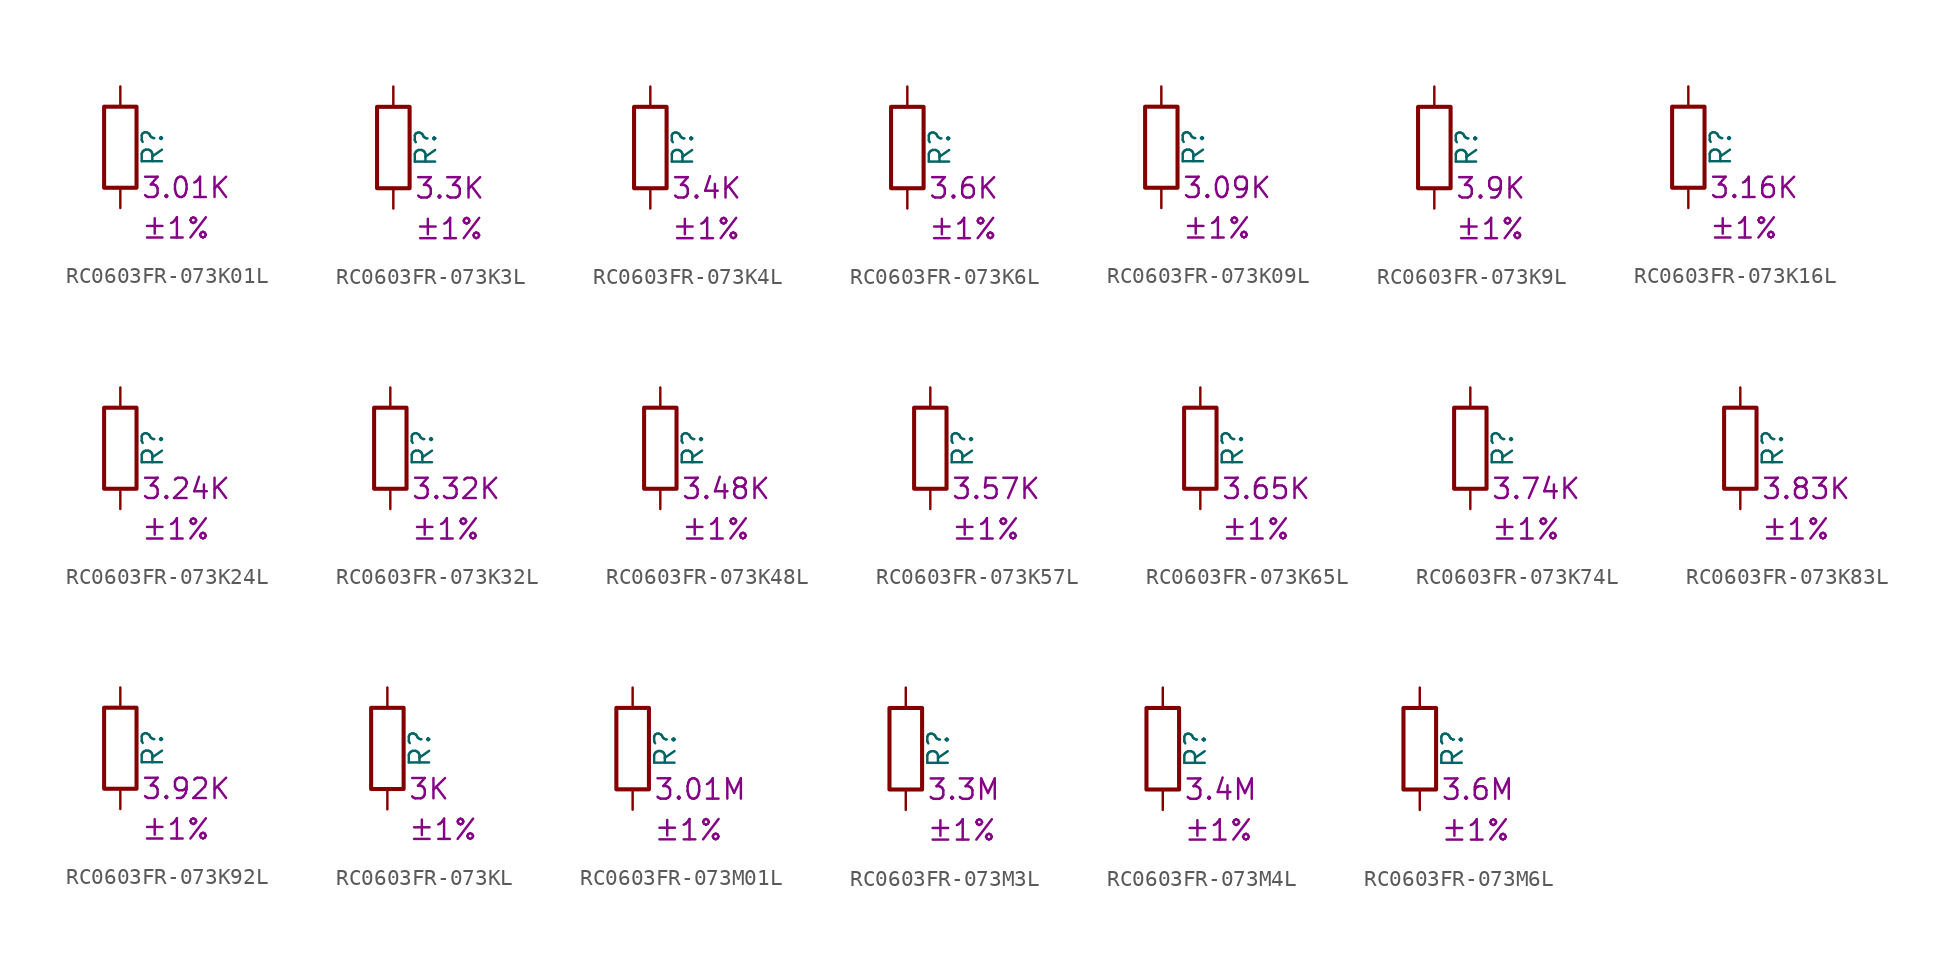
<source format=kicad_sym>
(kicad_symbol_lib
  (version 20220914)
  (generator kicad_symbol_editor)
  (symbol "RC0603FR-073K01L"
    (pin_numbers hide)
    (pin_names
      (offset 0))
    (property "Reference" "R"
      (at 2.032 0 90)
      (effects (font (size 1.27 1.27))))
    (property "Resistance" "3.01K"
      (at 1.27 -2.54 0)
      (effects (font (size 1.27 1.27)) (justify left)))
    (property "Tolerance" "±1%"
      (at 1.27 -5.08 0)
      (effects (font (size 1.27 1.27)) (justify left)))
    (symbol "RC0603FR-073K01L_0_1"
      (rectangle (start -1.016 -2.54) (end 1.016 2.54) (stroke (width 0.254) (type default)) (fill (type none))))
    (symbol "RC0603FR-073K01L_1_1"
      (pin passive line (at 0 3.81 270) (length 1.27) (name "~" (effects (font (size 1.27 1.27)))) (number "1" (effects (font (size 1.27 1.27)))))
      (pin passive line (at 0 -3.81 90) (length 1.27) (name "~" (effects (font (size 1.27 1.27)))) (number "2" (effects (font (size 1.27 1.27)))))))
  (symbol "RC0603FR-073K3L"
    (pin_numbers hide)
    (pin_names
      (offset 0))
    (property "Reference" "R"
      (at 2.032 0 90)
      (effects (font (size 1.27 1.27))))
    (property "Resistance" "3.3K"
      (at 1.27 -2.54 0)
      (effects (font (size 1.27 1.27)) (justify left)))
    (property "Tolerance" "±1%"
      (at 1.27 -5.08 0)
      (effects (font (size 1.27 1.27)) (justify left)))
    (symbol "RC0603FR-073K3L_0_1"
      (rectangle (start -1.016 -2.54) (end 1.016 2.54) (stroke (width 0.254) (type default)) (fill (type none))))
    (symbol "RC0603FR-073K3L_1_1"
      (pin passive line (at 0 3.81 270) (length 1.27) (name "~" (effects (font (size 1.27 1.27)))) (number "1" (effects (font (size 1.27 1.27)))))
      (pin passive line (at 0 -3.81 90) (length 1.27) (name "~" (effects (font (size 1.27 1.27)))) (number "2" (effects (font (size 1.27 1.27)))))))
  (symbol "RC0603FR-073K4L"
    (pin_numbers hide)
    (pin_names
      (offset 0))
    (property "Reference" "R"
      (at 2.032 0 90)
      (effects (font (size 1.27 1.27))))
    (property "Resistance" "3.4K"
      (at 1.27 -2.54 0)
      (effects (font (size 1.27 1.27)) (justify left)))
    (property "Tolerance" "±1%"
      (at 1.27 -5.08 0)
      (effects (font (size 1.27 1.27)) (justify left)))
    (symbol "RC0603FR-073K4L_0_1"
      (rectangle (start -1.016 -2.54) (end 1.016 2.54) (stroke (width 0.254) (type default)) (fill (type none))))
    (symbol "RC0603FR-073K4L_1_1"
      (pin passive line (at 0 3.81 270) (length 1.27) (name "~" (effects (font (size 1.27 1.27)))) (number "1" (effects (font (size 1.27 1.27)))))
      (pin passive line (at 0 -3.81 90) (length 1.27) (name "~" (effects (font (size 1.27 1.27)))) (number "2" (effects (font (size 1.27 1.27)))))))
  (symbol "RC0603FR-073K6L"
    (pin_numbers hide)
    (pin_names
      (offset 0))
    (property "Reference" "R"
      (at 2.032 0 90)
      (effects (font (size 1.27 1.27))))
    (property "Resistance" "3.6K"
      (at 1.27 -2.54 0)
      (effects (font (size 1.27 1.27)) (justify left)))
    (property "Tolerance" "±1%"
      (at 1.27 -5.08 0)
      (effects (font (size 1.27 1.27)) (justify left)))
    (symbol "RC0603FR-073K6L_0_1"
      (rectangle (start -1.016 -2.54) (end 1.016 2.54) (stroke (width 0.254) (type default)) (fill (type none))))
    (symbol "RC0603FR-073K6L_1_1"
      (pin passive line (at 0 3.81 270) (length 1.27) (name "~" (effects (font (size 1.27 1.27)))) (number "1" (effects (font (size 1.27 1.27)))))
      (pin passive line (at 0 -3.81 90) (length 1.27) (name "~" (effects (font (size 1.27 1.27)))) (number "2" (effects (font (size 1.27 1.27)))))))
  (symbol "RC0603FR-073K09L"
    (pin_numbers hide)
    (pin_names
      (offset 0))
    (property "Reference" "R"
      (at 2.032 0 90)
      (effects (font (size 1.27 1.27))))
    (property "Resistance" "3.09K"
      (at 1.27 -2.54 0)
      (effects (font (size 1.27 1.27)) (justify left)))
    (property "Tolerance" "±1%"
      (at 1.27 -5.08 0)
      (effects (font (size 1.27 1.27)) (justify left)))
    (symbol "RC0603FR-073K09L_0_1"
      (rectangle (start -1.016 -2.54) (end 1.016 2.54) (stroke (width 0.254) (type default)) (fill (type none))))
    (symbol "RC0603FR-073K09L_1_1"
      (pin passive line (at 0 3.81 270) (length 1.27) (name "~" (effects (font (size 1.27 1.27)))) (number "1" (effects (font (size 1.27 1.27)))))
      (pin passive line (at 0 -3.81 90) (length 1.27) (name "~" (effects (font (size 1.27 1.27)))) (number "2" (effects (font (size 1.27 1.27)))))))
  (symbol "RC0603FR-073K9L"
    (pin_numbers hide)
    (pin_names
      (offset 0))
    (property "Reference" "R"
      (at 2.032 0 90)
      (effects (font (size 1.27 1.27))))
    (property "Resistance" "3.9K"
      (at 1.27 -2.54 0)
      (effects (font (size 1.27 1.27)) (justify left)))
    (property "Tolerance" "±1%"
      (at 1.27 -5.08 0)
      (effects (font (size 1.27 1.27)) (justify left)))
    (symbol "RC0603FR-073K9L_0_1"
      (rectangle (start -1.016 -2.54) (end 1.016 2.54) (stroke (width 0.254) (type default)) (fill (type none))))
    (symbol "RC0603FR-073K9L_1_1"
      (pin passive line (at 0 3.81 270) (length 1.27) (name "~" (effects (font (size 1.27 1.27)))) (number "1" (effects (font (size 1.27 1.27)))))
      (pin passive line (at 0 -3.81 90) (length 1.27) (name "~" (effects (font (size 1.27 1.27)))) (number "2" (effects (font (size 1.27 1.27)))))))
  (symbol "RC0603FR-073K16L"
    (pin_numbers hide)
    (pin_names
      (offset 0))
    (property "Reference" "R"
      (at 2.032 0 90)
      (effects (font (size 1.27 1.27))))
    (property "Resistance" "3.16K"
      (at 1.27 -2.54 0)
      (effects (font (size 1.27 1.27)) (justify left)))
    (property "Tolerance" "±1%"
      (at 1.27 -5.08 0)
      (effects (font (size 1.27 1.27)) (justify left)))
    (symbol "RC0603FR-073K16L_0_1"
      (rectangle (start -1.016 -2.54) (end 1.016 2.54) (stroke (width 0.254) (type default)) (fill (type none))))
    (symbol "RC0603FR-073K16L_1_1"
      (pin passive line (at 0 3.81 270) (length 1.27) (name "~" (effects (font (size 1.27 1.27)))) (number "1" (effects (font (size 1.27 1.27)))))
      (pin passive line (at 0 -3.81 90) (length 1.27) (name "~" (effects (font (size 1.27 1.27)))) (number "2" (effects (font (size 1.27 1.27)))))))
  (symbol "RC0603FR-073K24L"
    (pin_numbers hide)
    (pin_names
      (offset 0))
    (property "Reference" "R"
      (at 2.032 0 90)
      (effects (font (size 1.27 1.27))))
    (property "Resistance" "3.24K"
      (at 1.27 -2.54 0)
      (effects (font (size 1.27 1.27)) (justify left)))
    (property "Tolerance" "±1%"
      (at 1.27 -5.08 0)
      (effects (font (size 1.27 1.27)) (justify left)))
    (symbol "RC0603FR-073K24L_0_1"
      (rectangle (start -1.016 -2.54) (end 1.016 2.54) (stroke (width 0.254) (type default)) (fill (type none))))
    (symbol "RC0603FR-073K24L_1_1"
      (pin passive line (at 0 3.81 270) (length 1.27) (name "~" (effects (font (size 1.27 1.27)))) (number "1" (effects (font (size 1.27 1.27)))))
      (pin passive line (at 0 -3.81 90) (length 1.27) (name "~" (effects (font (size 1.27 1.27)))) (number "2" (effects (font (size 1.27 1.27)))))))
  (symbol "RC0603FR-073K32L"
    (pin_numbers hide)
    (pin_names
      (offset 0))
    (property "Reference" "R"
      (at 2.032 0 90)
      (effects (font (size 1.27 1.27))))
    (property "Resistance" "3.32K"
      (at 1.27 -2.54 0)
      (effects (font (size 1.27 1.27)) (justify left)))
    (property "Tolerance" "±1%"
      (at 1.27 -5.08 0)
      (effects (font (size 1.27 1.27)) (justify left)))
    (symbol "RC0603FR-073K32L_0_1"
      (rectangle (start -1.016 -2.54) (end 1.016 2.54) (stroke (width 0.254) (type default)) (fill (type none))))
    (symbol "RC0603FR-073K32L_1_1"
      (pin passive line (at 0 3.81 270) (length 1.27) (name "~" (effects (font (size 1.27 1.27)))) (number "1" (effects (font (size 1.27 1.27)))))
      (pin passive line (at 0 -3.81 90) (length 1.27) (name "~" (effects (font (size 1.27 1.27)))) (number "2" (effects (font (size 1.27 1.27)))))))
  (symbol "RC0603FR-073K48L"
    (pin_numbers hide)
    (pin_names
      (offset 0))
    (property "Reference" "R"
      (at 2.032 0 90)
      (effects (font (size 1.27 1.27))))
    (property "Resistance" "3.48K"
      (at 1.27 -2.54 0)
      (effects (font (size 1.27 1.27)) (justify left)))
    (property "Tolerance" "±1%"
      (at 1.27 -5.08 0)
      (effects (font (size 1.27 1.27)) (justify left)))
    (symbol "RC0603FR-073K48L_0_1"
      (rectangle (start -1.016 -2.54) (end 1.016 2.54) (stroke (width 0.254) (type default)) (fill (type none))))
    (symbol "RC0603FR-073K48L_1_1"
      (pin passive line (at 0 3.81 270) (length 1.27) (name "~" (effects (font (size 1.27 1.27)))) (number "1" (effects (font (size 1.27 1.27)))))
      (pin passive line (at 0 -3.81 90) (length 1.27) (name "~" (effects (font (size 1.27 1.27)))) (number "2" (effects (font (size 1.27 1.27)))))))
  (symbol "RC0603FR-073K57L"
    (pin_numbers hide)
    (pin_names
      (offset 0))
    (property "Reference" "R"
      (at 2.032 0 90)
      (effects (font (size 1.27 1.27))))
    (property "Resistance" "3.57K"
      (at 1.27 -2.54 0)
      (effects (font (size 1.27 1.27)) (justify left)))
    (property "Tolerance" "±1%"
      (at 1.27 -5.08 0)
      (effects (font (size 1.27 1.27)) (justify left)))
    (symbol "RC0603FR-073K57L_0_1"
      (rectangle (start -1.016 -2.54) (end 1.016 2.54) (stroke (width 0.254) (type default)) (fill (type none))))
    (symbol "RC0603FR-073K57L_1_1"
      (pin passive line (at 0 3.81 270) (length 1.27) (name "~" (effects (font (size 1.27 1.27)))) (number "1" (effects (font (size 1.27 1.27)))))
      (pin passive line (at 0 -3.81 90) (length 1.27) (name "~" (effects (font (size 1.27 1.27)))) (number "2" (effects (font (size 1.27 1.27)))))))
  (symbol "RC0603FR-073K65L"
    (pin_numbers hide)
    (pin_names
      (offset 0))
    (property "Reference" "R"
      (at 2.032 0 90)
      (effects (font (size 1.27 1.27))))
    (property "Resistance" "3.65K"
      (at 1.27 -2.54 0)
      (effects (font (size 1.27 1.27)) (justify left)))
    (property "Tolerance" "±1%"
      (at 1.27 -5.08 0)
      (effects (font (size 1.27 1.27)) (justify left)))
    (symbol "RC0603FR-073K65L_0_1"
      (rectangle (start -1.016 -2.54) (end 1.016 2.54) (stroke (width 0.254) (type default)) (fill (type none))))
    (symbol "RC0603FR-073K65L_1_1"
      (pin passive line (at 0 3.81 270) (length 1.27) (name "~" (effects (font (size 1.27 1.27)))) (number "1" (effects (font (size 1.27 1.27)))))
      (pin passive line (at 0 -3.81 90) (length 1.27) (name "~" (effects (font (size 1.27 1.27)))) (number "2" (effects (font (size 1.27 1.27)))))))
  (symbol "RC0603FR-073K74L"
    (pin_numbers hide)
    (pin_names
      (offset 0))
    (property "Reference" "R"
      (at 2.032 0 90)
      (effects (font (size 1.27 1.27))))
    (property "Resistance" "3.74K"
      (at 1.27 -2.54 0)
      (effects (font (size 1.27 1.27)) (justify left)))
    (property "Tolerance" "±1%"
      (at 1.27 -5.08 0)
      (effects (font (size 1.27 1.27)) (justify left)))
    (symbol "RC0603FR-073K74L_0_1"
      (rectangle (start -1.016 -2.54) (end 1.016 2.54) (stroke (width 0.254) (type default)) (fill (type none))))
    (symbol "RC0603FR-073K74L_1_1"
      (pin passive line (at 0 3.81 270) (length 1.27) (name "~" (effects (font (size 1.27 1.27)))) (number "1" (effects (font (size 1.27 1.27)))))
      (pin passive line (at 0 -3.81 90) (length 1.27) (name "~" (effects (font (size 1.27 1.27)))) (number "2" (effects (font (size 1.27 1.27)))))))
  (symbol "RC0603FR-073K83L"
    (pin_numbers hide)
    (pin_names
      (offset 0))
    (property "Reference" "R"
      (at 2.032 0 90)
      (effects (font (size 1.27 1.27))))
    (property "Resistance" "3.83K"
      (at 1.27 -2.54 0)
      (effects (font (size 1.27 1.27)) (justify left)))
    (property "Tolerance" "±1%"
      (at 1.27 -5.08 0)
      (effects (font (size 1.27 1.27)) (justify left)))
    (symbol "RC0603FR-073K83L_0_1"
      (rectangle (start -1.016 -2.54) (end 1.016 2.54) (stroke (width 0.254) (type default)) (fill (type none))))
    (symbol "RC0603FR-073K83L_1_1"
      (pin passive line (at 0 3.81 270) (length 1.27) (name "~" (effects (font (size 1.27 1.27)))) (number "1" (effects (font (size 1.27 1.27)))))
      (pin passive line (at 0 -3.81 90) (length 1.27) (name "~" (effects (font (size 1.27 1.27)))) (number "2" (effects (font (size 1.27 1.27)))))))
  (symbol "RC0603FR-073K92L"
    (pin_numbers hide)
    (pin_names
      (offset 0))
    (property "Reference" "R"
      (at 2.032 0 90)
      (effects (font (size 1.27 1.27))))
    (property "Resistance" "3.92K"
      (at 1.27 -2.54 0)
      (effects (font (size 1.27 1.27)) (justify left)))
    (property "Tolerance" "±1%"
      (at 1.27 -5.08 0)
      (effects (font (size 1.27 1.27)) (justify left)))
    (symbol "RC0603FR-073K92L_0_1"
      (rectangle (start -1.016 -2.54) (end 1.016 2.54) (stroke (width 0.254) (type default)) (fill (type none))))
    (symbol "RC0603FR-073K92L_1_1"
      (pin passive line (at 0 3.81 270) (length 1.27) (name "~" (effects (font (size 1.27 1.27)))) (number "1" (effects (font (size 1.27 1.27)))))
      (pin passive line (at 0 -3.81 90) (length 1.27) (name "~" (effects (font (size 1.27 1.27)))) (number "2" (effects (font (size 1.27 1.27)))))))
  (symbol "RC0603FR-073KL"
    (pin_numbers hide)
    (pin_names
      (offset 0))
    (property "Reference" "R"
      (at 2.032 0 90)
      (effects (font (size 1.27 1.27))))
    (property "Resistance" "3K"
      (at 1.27 -2.54 0)
      (effects (font (size 1.27 1.27)) (justify left)))
    (property "Tolerance" "±1%"
      (at 1.27 -5.08 0)
      (effects (font (size 1.27 1.27)) (justify left)))
    (symbol "RC0603FR-073KL_0_1"
      (rectangle (start -1.016 -2.54) (end 1.016 2.54) (stroke (width 0.254) (type default)) (fill (type none))))
    (symbol "RC0603FR-073KL_1_1"
      (pin passive line (at 0 3.81 270) (length 1.27) (name "~" (effects (font (size 1.27 1.27)))) (number "1" (effects (font (size 1.27 1.27)))))
      (pin passive line (at 0 -3.81 90) (length 1.27) (name "~" (effects (font (size 1.27 1.27)))) (number "2" (effects (font (size 1.27 1.27)))))))
  (symbol "RC0603FR-073M01L"
    (pin_numbers hide)
    (pin_names
      (offset 0))
    (property "Reference" "R"
      (at 2.032 0 90)
      (effects (font (size 1.27 1.27))))
    (property "Resistance" "3.01M"
      (at 1.27 -2.54 0)
      (effects (font (size 1.27 1.27)) (justify left)))
    (property "Tolerance" "±1%"
      (at 1.27 -5.08 0)
      (effects (font (size 1.27 1.27)) (justify left)))
    (symbol "RC0603FR-073M01L_0_1"
      (rectangle (start -1.016 -2.54) (end 1.016 2.54) (stroke (width 0.254) (type default)) (fill (type none))))
    (symbol "RC0603FR-073M01L_1_1"
      (pin passive line (at 0 3.81 270) (length 1.27) (name "~" (effects (font (size 1.27 1.27)))) (number "1" (effects (font (size 1.27 1.27)))))
      (pin passive line (at 0 -3.81 90) (length 1.27) (name "~" (effects (font (size 1.27 1.27)))) (number "2" (effects (font (size 1.27 1.27)))))))
  (symbol "RC0603FR-073M3L"
    (pin_numbers hide)
    (pin_names
      (offset 0))
    (property "Reference" "R"
      (at 2.032 0 90)
      (effects (font (size 1.27 1.27))))
    (property "Resistance" "3.3M"
      (at 1.27 -2.54 0)
      (effects (font (size 1.27 1.27)) (justify left)))
    (property "Tolerance" "±1%"
      (at 1.27 -5.08 0)
      (effects (font (size 1.27 1.27)) (justify left)))
    (symbol "RC0603FR-073M3L_0_1"
      (rectangle (start -1.016 -2.54) (end 1.016 2.54) (stroke (width 0.254) (type default)) (fill (type none))))
    (symbol "RC0603FR-073M3L_1_1"
      (pin passive line (at 0 3.81 270) (length 1.27) (name "~" (effects (font (size 1.27 1.27)))) (number "1" (effects (font (size 1.27 1.27)))))
      (pin passive line (at 0 -3.81 90) (length 1.27) (name "~" (effects (font (size 1.27 1.27)))) (number "2" (effects (font (size 1.27 1.27)))))))
  (symbol "RC0603FR-073M4L"
    (pin_numbers hide)
    (pin_names
      (offset 0))
    (property "Reference" "R"
      (at 2.032 0 90)
      (effects (font (size 1.27 1.27))))
    (property "Resistance" "3.4M"
      (at 1.27 -2.54 0)
      (effects (font (size 1.27 1.27)) (justify left)))
    (property "Tolerance" "±1%"
      (at 1.27 -5.08 0)
      (effects (font (size 1.27 1.27)) (justify left)))
    (symbol "RC0603FR-073M4L_0_1"
      (rectangle (start -1.016 -2.54) (end 1.016 2.54) (stroke (width 0.254) (type default)) (fill (type none))))
    (symbol "RC0603FR-073M4L_1_1"
      (pin passive line (at 0 3.81 270) (length 1.27) (name "~" (effects (font (size 1.27 1.27)))) (number "1" (effects (font (size 1.27 1.27)))))
      (pin passive line (at 0 -3.81 90) (length 1.27) (name "~" (effects (font (size 1.27 1.27)))) (number "2" (effects (font (size 1.27 1.27)))))))
  (symbol "RC0603FR-073M6L"
    (pin_numbers hide)
    (pin_names
      (offset 0))
    (property "Reference" "R"
      (at 2.032 0 90)
      (effects (font (size 1.27 1.27))))
    (property "Resistance" "3.6M"
      (at 1.27 -2.54 0)
      (effects (font (size 1.27 1.27)) (justify left)))
    (property "Tolerance" "±1%"
      (at 1.27 -5.08 0)
      (effects (font (size 1.27 1.27)) (justify left)))
    (symbol "RC0603FR-073M6L_0_1"
      (rectangle (start -1.016 -2.54) (end 1.016 2.54) (stroke (width 0.254) (type default)) (fill (type none))))
    (symbol "RC0603FR-073M6L_1_1"
      (pin passive line (at 0 3.81 270) (length 1.27) (name "~" (effects (font (size 1.27 1.27)))) (number "1" (effects (font (size 1.27 1.27)))))
      (pin passive line (at 0 -3.81 90) (length 1.27) (name "~" (effects (font (size 1.27 1.27)))) (number "2" (effects (font (size 1.27 1.27))))))))
</source>
